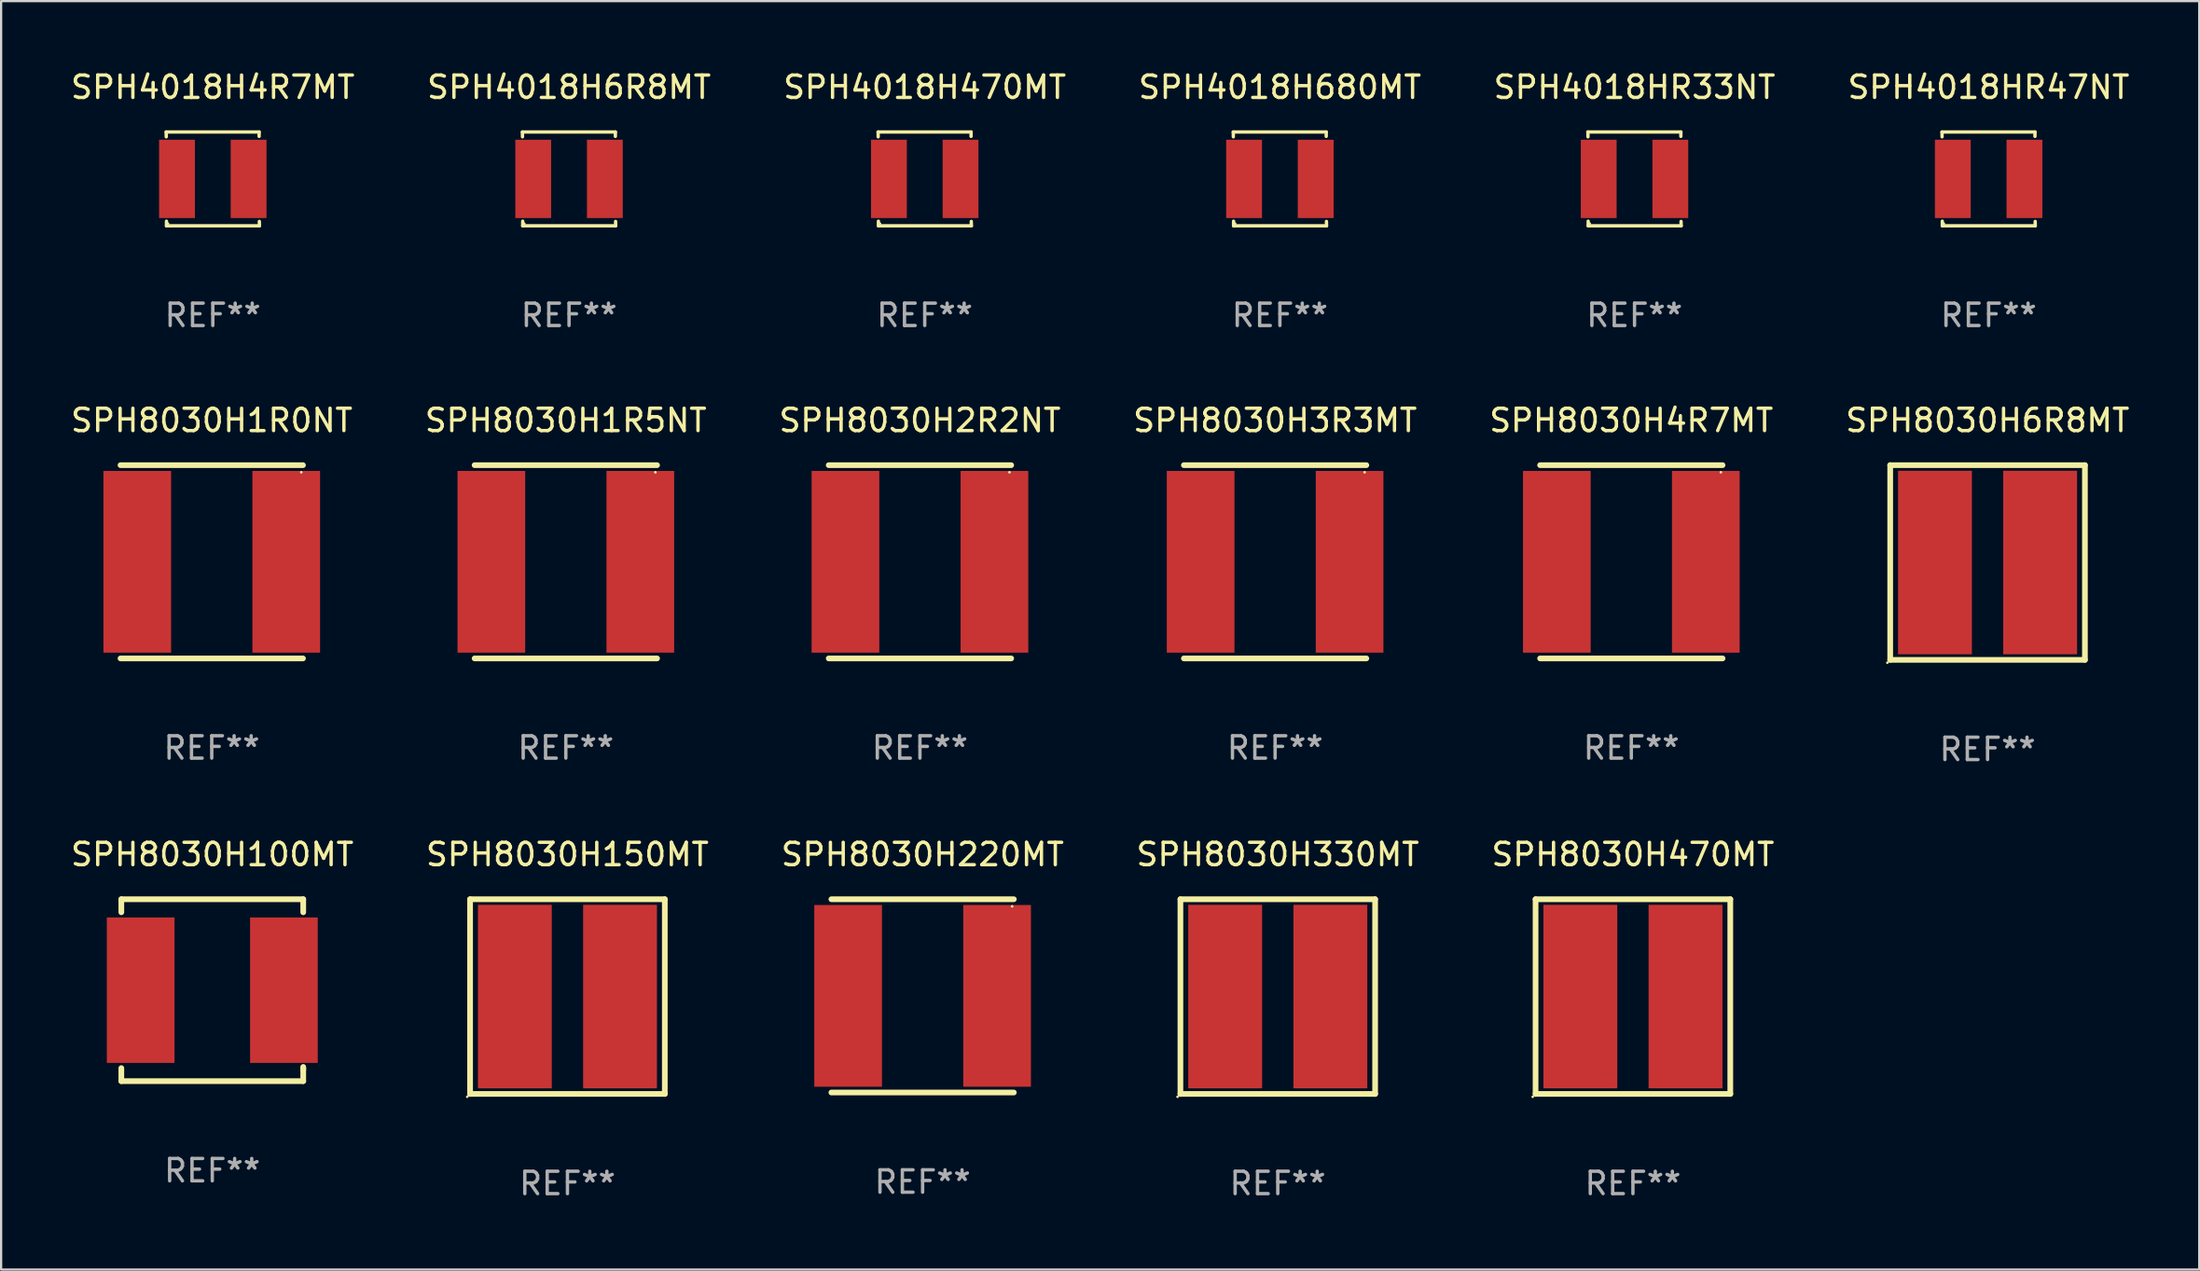
<source format=kicad_pcb>
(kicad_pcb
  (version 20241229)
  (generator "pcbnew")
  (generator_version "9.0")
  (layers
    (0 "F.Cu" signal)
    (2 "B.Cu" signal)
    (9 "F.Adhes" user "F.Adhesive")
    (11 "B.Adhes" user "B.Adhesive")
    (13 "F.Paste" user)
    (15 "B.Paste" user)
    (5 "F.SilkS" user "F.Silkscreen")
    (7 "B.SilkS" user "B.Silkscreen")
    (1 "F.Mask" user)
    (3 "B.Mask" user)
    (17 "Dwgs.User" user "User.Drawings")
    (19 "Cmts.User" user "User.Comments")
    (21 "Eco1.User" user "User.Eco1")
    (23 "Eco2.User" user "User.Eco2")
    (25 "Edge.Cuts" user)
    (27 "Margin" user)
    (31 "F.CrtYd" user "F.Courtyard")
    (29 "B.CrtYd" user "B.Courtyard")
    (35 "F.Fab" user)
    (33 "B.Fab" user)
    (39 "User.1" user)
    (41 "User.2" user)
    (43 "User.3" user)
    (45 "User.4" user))
  (footprint "SPH8030H150MT"
    (layer "F.Cu")
    (at 22.304 41.483)
    (property "Reference" "SPH8030H150MT" (at 0 -6.35 0) (layer "F.SilkS") (effects (font (size 1 1) (thickness 0.15))))
    (attr through_hole)
    (fp_line (start -4.35 -4.35) (end -4.35 4.35) (stroke (width 0.254) (type solid)) (layer "F.SilkS"))
    (fp_line (start -4.35 -4.35) (end 4.35 -4.35) (stroke (width 0.254) (type solid)) (layer "F.SilkS"))
    (fp_line (start -4.35 4.35) (end 4.35 4.35) (stroke (width 0.254) (type solid)) (layer "F.SilkS"))
    (fp_line (start 4.35 4.35) (end 4.35 -4.35) (stroke (width 0.254) (type solid)) (layer "F.SilkS"))
    (fp_circle (center -4.477 4.477) (end -4.447 4.477) (stroke (width 0.06) (type solid)) (fill no) (layer "F.SilkS"))
    (fp_text user "REF**" (at 0 8.35 0) (layer "F.Fab") (effects (font (size 1 1) (thickness 0.15))))
    (pad "1" smd rect (at -2.35 -0.000013) (size 3.3 8.2) (layers "F.Cu" "F.Mask" "F.Paste"))
    (pad "2" smd rect (at 2.35 -0.000013) (size 3.3 8.2) (layers "F.Cu" "F.Mask" "F.Paste")))
  (footprint "SPH8030H100MT"
    (layer "F.Cu")
    (at 6.435 41.197)
    (property "Reference" "SPH8030H100MT" (at 0 -6.064 0) (layer "F.SilkS") (effects (font (size 1 1) (thickness 0.15))))
    (attr through_hole)
    (fp_line (start -4.064 -4.064) (end 4.064 -4.064) (stroke (width 0.254) (type solid)) (layer "F.SilkS"))
    (fp_line (start -4.064 -3.481) (end -4.064 -4.064) (stroke (width 0.254) (type solid)) (layer "F.SilkS"))
    (fp_line (start -4.064 4.064) (end -4.064 3.481) (stroke (width 0.254) (type solid)) (layer "F.SilkS"))
    (fp_line (start 4.064 -4.064) (end 4.064 -3.481) (stroke (width 0.254) (type solid)) (layer "F.SilkS"))
    (fp_line (start 4.064 3.429) (end 4.064 4.064) (stroke (width 0.254) (type solid)) (layer "F.SilkS"))
    (fp_line (start 4.064 3.481) (end 4.064 3.556) (stroke (width 0.254) (type solid)) (layer "F.SilkS"))
    (fp_line (start 4.064 4.064) (end -4.064 4.064) (stroke (width 0.254) (type solid)) (layer "F.SilkS"))
    (fp_circle (center 4 -4) (end 4.03 -4) (stroke (width 0.06) (type solid)) (fill no) (layer "F.SilkS"))
    (fp_text user "REF**" (at 0 8.064 0) (layer "F.Fab") (effects (font (size 1 1) (thickness 0.15))))
    (pad "1" smd rect (at 3.2 0) (size 3.024 6.5) (layers "F.Cu" "F.Mask" "F.Paste"))
    (pad "2" smd rect (at -3.2 0) (size 3.024 6.5) (layers "F.Cu" "F.Mask" "F.Paste")))
  (footprint "SPH8030H2R2NT"
    (layer "F.Cu")
    (at 38.054 22.054)
    (property "Reference" "SPH8030H2R2NT" (at 0 -6.318 0) (layer "F.SilkS") (effects (font (size 1 1) (thickness 0.15))))
    (attr through_hole)
    (fp_line (start -4.076 -4.318) (end 4.076 -4.318) (stroke (width 0.254) (type solid)) (layer "F.SilkS"))
    (fp_line (start -4.076 4.318) (end 4.076 4.318) (stroke (width 0.254) (type solid)) (layer "F.SilkS"))
    (fp_circle (center 4 -4) (end 4.03 -4) (stroke (width 0.06) (type solid)) (fill no) (layer "F.SilkS"))
    (fp_text user "REF**" (at 0 8.318 0) (layer "F.Fab") (effects (font (size 1 1) (thickness 0.15))))
    (pad "1" smd rect (at 3.328 0) (size 3.024 8.12) (layers "F.Cu" "F.Mask" "F.Paste"))
    (pad "2" smd rect (at -3.328 0) (size 3.024 8.12) (layers "F.Cu" "F.Mask" "F.Paste")))
  (footprint "SPH4018H680MT"
    (layer "F.Cu")
    (at 54.137 4.944)
    (property "Reference" "SPH4018H680MT" (at 0 -4.096 0) (layer "F.SilkS") (effects (font (size 1 1) (thickness 0.15))))
    (attr through_hole)
    (fp_line (start -2.083 -2.096) (end -2.08 -1.88) (stroke (width 0.15) (type solid)) (layer "F.SilkS"))
    (fp_line (start -2.07 1.89) (end -2.07 2.096) (stroke (width 0.15) (type solid)) (layer "F.SilkS"))
    (fp_line (start -2.07 2.096) (end 2.083 2.096) (stroke (width 0.15) (type solid)) (layer "F.SilkS"))
    (fp_line (start 2.07 -1.9) (end 2.07 -2.096) (stroke (width 0.15) (type solid)) (layer "F.SilkS"))
    (fp_line (start 2.07 -2.096) (end -2.083 -2.096) (stroke (width 0.15) (type solid)) (layer "F.SilkS"))
    (fp_line (start 2.083 2.096) (end 2.08 1.9) (stroke (width 0.15) (type solid)) (layer "F.SilkS"))
    (fp_circle (center -2 2) (end -1.97 2) (stroke (width 0.06) (type solid)) (fill no) (layer "F.SilkS"))
    (fp_text user "REF**" (at 0 6.096 0) (layer "F.Fab") (effects (font (size 1 1) (thickness 0.15))))
    (pad "1" smd rect (at -1.6 -0.000343) (size 1.6 3.5) (layers "F.Cu" "F.Mask" "F.Paste"))
    (pad "2" smd rect (at 1.6 -0.000343) (size 1.6 3.5) (layers "F.Cu" "F.Mask" "F.Paste")))
  (footprint "SPH4018HR47NT"
    (layer "F.Cu")
    (at 85.804 4.944)
    (property "Reference" "SPH4018HR47NT" (at 0 -4.096 0) (layer "F.SilkS") (effects (font (size 1 1) (thickness 0.15))))
    (attr through_hole)
    (fp_line (start -2.083 -2.096) (end -2.08 -1.88) (stroke (width 0.15) (type solid)) (layer "F.SilkS"))
    (fp_line (start -2.07 1.89) (end -2.07 2.096) (stroke (width 0.15) (type solid)) (layer "F.SilkS"))
    (fp_line (start -2.07 2.096) (end 2.083 2.096) (stroke (width 0.15) (type solid)) (layer "F.SilkS"))
    (fp_line (start 2.07 -1.9) (end 2.07 -2.096) (stroke (width 0.15) (type solid)) (layer "F.SilkS"))
    (fp_line (start 2.07 -2.096) (end -2.083 -2.096) (stroke (width 0.15) (type solid)) (layer "F.SilkS"))
    (fp_line (start 2.083 2.096) (end 2.08 1.9) (stroke (width 0.15) (type solid)) (layer "F.SilkS"))
    (fp_circle (center -2 2) (end -1.97 2) (stroke (width 0.06) (type solid)) (fill no) (layer "F.SilkS"))
    (fp_text user "REF**" (at 0 6.096 0) (layer "F.Fab") (effects (font (size 1 1) (thickness 0.15))))
    (pad "1" smd rect (at -1.6 -0.000343) (size 1.6 3.5) (layers "F.Cu" "F.Mask" "F.Paste"))
    (pad "2" smd rect (at 1.6 -0.000343) (size 1.6 3.5) (layers "F.Cu" "F.Mask" "F.Paste")))
  (footprint "SPH8030H3R3MT"
    (layer "F.Cu")
    (at 53.923 22.054)
    (property "Reference" "SPH8030H3R3MT" (at 0 -6.318 0) (layer "F.SilkS") (effects (font (size 1 1) (thickness 0.15))))
    (attr through_hole)
    (fp_line (start -4.076 -4.318) (end 4.076 -4.318) (stroke (width 0.254) (type solid)) (layer "F.SilkS"))
    (fp_line (start -4.076 4.318) (end 4.076 4.318) (stroke (width 0.254) (type solid)) (layer "F.SilkS"))
    (fp_circle (center 4 -4) (end 4.03 -4) (stroke (width 0.06) (type solid)) (fill no) (layer "F.SilkS"))
    (fp_text user "REF**" (at 0 8.318 0) (layer "F.Fab") (effects (font (size 1 1) (thickness 0.15))))
    (pad "1" smd rect (at 3.328 0) (size 3.024 8.12) (layers "F.Cu" "F.Mask" "F.Paste"))
    (pad "2" smd rect (at -3.328 0) (size 3.024 8.12) (layers "F.Cu" "F.Mask" "F.Paste")))
  (footprint "SPH8030H220MT"
    (layer "F.Cu")
    (at 38.173 41.451)
    (property "Reference" "SPH8030H220MT" (at 0 -6.318 0) (layer "F.SilkS") (effects (font (size 1 1) (thickness 0.15))))
    (attr through_hole)
    (fp_line (start -4.076 -4.318) (end 4.076 -4.318) (stroke (width 0.254) (type solid)) (layer "F.SilkS"))
    (fp_line (start -4.076 4.318) (end 4.076 4.318) (stroke (width 0.254) (type solid)) (layer "F.SilkS"))
    (fp_circle (center 4 -4) (end 4.03 -4) (stroke (width 0.06) (type solid)) (fill no) (layer "F.SilkS"))
    (fp_text user "REF**" (at 0 8.318 0) (layer "F.Fab") (effects (font (size 1 1) (thickness 0.15))))
    (pad "1" smd rect (at 3.328 0) (size 3.024 8.12) (layers "F.Cu" "F.Mask" "F.Paste"))
    (pad "2" smd rect (at -3.328 0) (size 3.024 8.12) (layers "F.Cu" "F.Mask" "F.Paste")))
  (footprint "SPH8030H4R7MT"
    (layer "F.Cu")
    (at 69.839 22.054)
    (property "Reference" "SPH8030H4R7MT" (at 0 -6.318 0) (layer "F.SilkS") (effects (font (size 1 1) (thickness 0.15))))
    (attr through_hole)
    (fp_line (start -4.076 -4.318) (end 4.076 -4.318) (stroke (width 0.254) (type solid)) (layer "F.SilkS"))
    (fp_line (start -4.076 4.318) (end 4.076 4.318) (stroke (width 0.254) (type solid)) (layer "F.SilkS"))
    (fp_circle (center 4 -4) (end 4.03 -4) (stroke (width 0.06) (type solid)) (fill no) (layer "F.SilkS"))
    (fp_text user "REF**" (at 0 8.318 0) (layer "F.Fab") (effects (font (size 1 1) (thickness 0.15))))
    (pad "1" smd rect (at 3.328 0) (size 3.024 8.12) (layers "F.Cu" "F.Mask" "F.Paste"))
    (pad "2" smd rect (at -3.328 0) (size 3.024 8.12) (layers "F.Cu" "F.Mask" "F.Paste")))
  (footprint "SPH4018H4R7MT"
    (layer "F.Cu")
    (at 6.458 4.944)
    (property "Reference" "SPH4018H4R7MT" (at 0 -4.096 0) (layer "F.SilkS") (effects (font (size 1 1) (thickness 0.15))))
    (attr through_hole)
    (fp_line (start -2.083 -2.096) (end -2.08 -1.88) (stroke (width 0.15) (type solid)) (layer "F.SilkS"))
    (fp_line (start -2.07 1.89) (end -2.07 2.096) (stroke (width 0.15) (type solid)) (layer "F.SilkS"))
    (fp_line (start -2.07 2.096) (end 2.083 2.096) (stroke (width 0.15) (type solid)) (layer "F.SilkS"))
    (fp_line (start 2.07 -1.9) (end 2.07 -2.096) (stroke (width 0.15) (type solid)) (layer "F.SilkS"))
    (fp_line (start 2.07 -2.096) (end -2.083 -2.096) (stroke (width 0.15) (type solid)) (layer "F.SilkS"))
    (fp_line (start 2.083 2.096) (end 2.08 1.9) (stroke (width 0.15) (type solid)) (layer "F.SilkS"))
    (fp_circle (center -2 2) (end -1.97 2) (stroke (width 0.06) (type solid)) (fill no) (layer "F.SilkS"))
    (fp_text user "REF**" (at 0 6.096 0) (layer "F.Fab") (effects (font (size 1 1) (thickness 0.15))))
    (pad "1" smd rect (at -1.6 -0.000343) (size 1.6 3.5) (layers "F.Cu" "F.Mask" "F.Paste"))
    (pad "2" smd rect (at 1.6 -0.000343) (size 1.6 3.5) (layers "F.Cu" "F.Mask" "F.Paste")))
  (footprint "SPH8030H6R8MT"
    (layer "F.Cu")
    (at 85.756 22.086)
    (property "Reference" "SPH8030H6R8MT" (at 0 -6.35 0) (layer "F.SilkS") (effects (font (size 1 1) (thickness 0.15))))
    (attr through_hole)
    (fp_line (start -4.35 -4.35) (end -4.35 4.35) (stroke (width 0.254) (type solid)) (layer "F.SilkS"))
    (fp_line (start -4.35 -4.35) (end 4.35 -4.35) (stroke (width 0.254) (type solid)) (layer "F.SilkS"))
    (fp_line (start -4.35 4.35) (end 4.35 4.35) (stroke (width 0.254) (type solid)) (layer "F.SilkS"))
    (fp_line (start 4.35 4.35) (end 4.35 -4.35) (stroke (width 0.254) (type solid)) (layer "F.SilkS"))
    (fp_circle (center -4.477 4.477) (end -4.447 4.477) (stroke (width 0.06) (type solid)) (fill no) (layer "F.SilkS"))
    (fp_text user "REF**" (at 0 8.35 0) (layer "F.Fab") (effects (font (size 1 1) (thickness 0.15))))
    (pad "1" smd rect (at -2.35 -0.000013) (size 3.3 8.2) (layers "F.Cu" "F.Mask" "F.Paste"))
    (pad "2" smd rect (at 2.35 -0.000013) (size 3.3 8.2) (layers "F.Cu" "F.Mask" "F.Paste")))
  (footprint "SPH8030H1R0NT"
    (layer "F.Cu")
    (at 6.411 22.054)
    (property "Reference" "SPH8030H1R0NT" (at 0 -6.318 0) (layer "F.SilkS") (effects (font (size 1 1) (thickness 0.15))))
    (attr through_hole)
    (fp_line (start -4.076 -4.318) (end 4.076 -4.318) (stroke (width 0.254) (type solid)) (layer "F.SilkS"))
    (fp_line (start -4.076 4.318) (end 4.076 4.318) (stroke (width 0.254) (type solid)) (layer "F.SilkS"))
    (fp_circle (center 4 -4) (end 4.03 -4) (stroke (width 0.06) (type solid)) (fill no) (layer "F.SilkS"))
    (fp_text user "REF**" (at 0 8.318 0) (layer "F.Fab") (effects (font (size 1 1) (thickness 0.15))))
    (pad "1" smd rect (at 3.328 0) (size 3.024 8.12) (layers "F.Cu" "F.Mask" "F.Paste"))
    (pad "2" smd rect (at -3.328 0) (size 3.024 8.12) (layers "F.Cu" "F.Mask" "F.Paste")))
  (footprint "SPH8030H1R5NT"
    (layer "F.Cu")
    (at 22.232 22.054)
    (property "Reference" "SPH8030H1R5NT" (at 0 -6.318 0) (layer "F.SilkS") (effects (font (size 1 1) (thickness 0.15))))
    (attr through_hole)
    (fp_line (start -4.076 -4.318) (end 4.076 -4.318) (stroke (width 0.254) (type solid)) (layer "F.SilkS"))
    (fp_line (start -4.076 4.318) (end 4.076 4.318) (stroke (width 0.254) (type solid)) (layer "F.SilkS"))
    (fp_circle (center 4 -4) (end 4.03 -4) (stroke (width 0.06) (type solid)) (fill no) (layer "F.SilkS"))
    (fp_text user "REF**" (at 0 8.318 0) (layer "F.Fab") (effects (font (size 1 1) (thickness 0.15))))
    (pad "1" smd rect (at 3.328 0) (size 3.024 8.12) (layers "F.Cu" "F.Mask" "F.Paste"))
    (pad "2" smd rect (at -3.328 0) (size 3.024 8.12) (layers "F.Cu" "F.Mask" "F.Paste")))
  (footprint "SPH8030H470MT"
    (layer "F.Cu")
    (at 69.911 41.483)
    (property "Reference" "SPH8030H470MT" (at 0 -6.35 0) (layer "F.SilkS") (effects (font (size 1 1) (thickness 0.15))))
    (attr through_hole)
    (fp_line (start -4.35 -4.35) (end -4.35 4.35) (stroke (width 0.254) (type solid)) (layer "F.SilkS"))
    (fp_line (start -4.35 -4.35) (end 4.35 -4.35) (stroke (width 0.254) (type solid)) (layer "F.SilkS"))
    (fp_line (start -4.35 4.35) (end 4.35 4.35) (stroke (width 0.254) (type solid)) (layer "F.SilkS"))
    (fp_line (start 4.35 4.35) (end 4.35 -4.35) (stroke (width 0.254) (type solid)) (layer "F.SilkS"))
    (fp_circle (center -4.477 4.477) (end -4.447 4.477) (stroke (width 0.06) (type solid)) (fill no) (layer "F.SilkS"))
    (fp_text user "REF**" (at 0 8.35 0) (layer "F.Fab") (effects (font (size 1 1) (thickness 0.15))))
    (pad "1" smd rect (at -2.35 -0.000013) (size 3.3 8.2) (layers "F.Cu" "F.Mask" "F.Paste"))
    (pad "2" smd rect (at 2.35 -0.000013) (size 3.3 8.2) (layers "F.Cu" "F.Mask" "F.Paste")))
  (footprint "SPH8030H330MT"
    (layer "F.Cu")
    (at 54.042 41.483)
    (property "Reference" "SPH8030H330MT" (at 0 -6.35 0) (layer "F.SilkS") (effects (font (size 1 1) (thickness 0.15))))
    (attr through_hole)
    (fp_line (start -4.35 -4.35) (end -4.35 4.35) (stroke (width 0.254) (type solid)) (layer "F.SilkS"))
    (fp_line (start -4.35 -4.35) (end 4.35 -4.35) (stroke (width 0.254) (type solid)) (layer "F.SilkS"))
    (fp_line (start -4.35 4.35) (end 4.35 4.35) (stroke (width 0.254) (type solid)) (layer "F.SilkS"))
    (fp_line (start 4.35 4.35) (end 4.35 -4.35) (stroke (width 0.254) (type solid)) (layer "F.SilkS"))
    (fp_circle (center -4.477 4.477) (end -4.447 4.477) (stroke (width 0.06) (type solid)) (fill no) (layer "F.SilkS"))
    (fp_text user "REF**" (at 0 8.35 0) (layer "F.Fab") (effects (font (size 1 1) (thickness 0.15))))
    (pad "1" smd rect (at -2.35 -0.000013) (size 3.3 8.2) (layers "F.Cu" "F.Mask" "F.Paste"))
    (pad "2" smd rect (at 2.35 -0.000013) (size 3.3 8.2) (layers "F.Cu" "F.Mask" "F.Paste")))
  (footprint "SPH4018H6R8MT"
    (layer "F.Cu")
    (at 22.375 4.944)
    (property "Reference" "SPH4018H6R8MT" (at 0 -4.096 0) (layer "F.SilkS") (effects (font (size 1 1) (thickness 0.15))))
    (attr through_hole)
    (fp_line (start -2.083 -2.096) (end -2.08 -1.88) (stroke (width 0.15) (type solid)) (layer "F.SilkS"))
    (fp_line (start -2.07 1.89) (end -2.07 2.096) (stroke (width 0.15) (type solid)) (layer "F.SilkS"))
    (fp_line (start -2.07 2.096) (end 2.083 2.096) (stroke (width 0.15) (type solid)) (layer "F.SilkS"))
    (fp_line (start 2.07 -1.9) (end 2.07 -2.096) (stroke (width 0.15) (type solid)) (layer "F.SilkS"))
    (fp_line (start 2.07 -2.096) (end -2.083 -2.096) (stroke (width 0.15) (type solid)) (layer "F.SilkS"))
    (fp_line (start 2.083 2.096) (end 2.08 1.9) (stroke (width 0.15) (type solid)) (layer "F.SilkS"))
    (fp_circle (center -2 2) (end -1.97 2) (stroke (width 0.06) (type solid)) (fill no) (layer "F.SilkS"))
    (fp_text user "REF**" (at 0 6.096 0) (layer "F.Fab") (effects (font (size 1 1) (thickness 0.15))))
    (pad "1" smd rect (at -1.6 -0.000343) (size 1.6 3.5) (layers "F.Cu" "F.Mask" "F.Paste"))
    (pad "2" smd rect (at 1.6 -0.000343) (size 1.6 3.5) (layers "F.Cu" "F.Mask" "F.Paste")))
  (footprint "SPH4018HR33NT"
    (layer "F.Cu")
    (at 69.982 4.944)
    (property "Reference" "SPH4018HR33NT" (at 0 -4.096 0) (layer "F.SilkS") (effects (font (size 1 1) (thickness 0.15))))
    (attr through_hole)
    (fp_line (start -2.083 -2.096) (end -2.08 -1.88) (stroke (width 0.15) (type solid)) (layer "F.SilkS"))
    (fp_line (start -2.07 1.89) (end -2.07 2.096) (stroke (width 0.15) (type solid)) (layer "F.SilkS"))
    (fp_line (start -2.07 2.096) (end 2.083 2.096) (stroke (width 0.15) (type solid)) (layer "F.SilkS"))
    (fp_line (start 2.07 -1.9) (end 2.07 -2.096) (stroke (width 0.15) (type solid)) (layer "F.SilkS"))
    (fp_line (start 2.07 -2.096) (end -2.083 -2.096) (stroke (width 0.15) (type solid)) (layer "F.SilkS"))
    (fp_line (start 2.083 2.096) (end 2.08 1.9) (stroke (width 0.15) (type solid)) (layer "F.SilkS"))
    (fp_circle (center -2 2) (end -1.97 2) (stroke (width 0.06) (type solid)) (fill no) (layer "F.SilkS"))
    (fp_text user "REF**" (at 0 6.096 0) (layer "F.Fab") (effects (font (size 1 1) (thickness 0.15))))
    (pad "1" smd rect (at -1.6 -0.000343) (size 1.6 3.5) (layers "F.Cu" "F.Mask" "F.Paste"))
    (pad "2" smd rect (at 1.6 -0.000343) (size 1.6 3.5) (layers "F.Cu" "F.Mask" "F.Paste")))
  (footprint "SPH4018H470MT"
    (layer "F.Cu")
    (at 38.268 4.944)
    (property "Reference" "SPH4018H470MT" (at 0 -4.096 0) (layer "F.SilkS") (effects (font (size 1 1) (thickness 0.15))))
    (attr through_hole)
    (fp_line (start -2.083 -2.096) (end -2.08 -1.88) (stroke (width 0.15) (type solid)) (layer "F.SilkS"))
    (fp_line (start -2.07 1.89) (end -2.07 2.096) (stroke (width 0.15) (type solid)) (layer "F.SilkS"))
    (fp_line (start -2.07 2.096) (end 2.083 2.096) (stroke (width 0.15) (type solid)) (layer "F.SilkS"))
    (fp_line (start 2.07 -1.9) (end 2.07 -2.096) (stroke (width 0.15) (type solid)) (layer "F.SilkS"))
    (fp_line (start 2.07 -2.096) (end -2.083 -2.096) (stroke (width 0.15) (type solid)) (layer "F.SilkS"))
    (fp_line (start 2.083 2.096) (end 2.08 1.9) (stroke (width 0.15) (type solid)) (layer "F.SilkS"))
    (fp_circle (center -2 2) (end -1.97 2) (stroke (width 0.06) (type solid)) (fill no) (layer "F.SilkS"))
    (fp_text user "REF**" (at 0 6.096 0) (layer "F.Fab") (effects (font (size 1 1) (thickness 0.15))))
    (pad "1" smd rect (at -1.6 -0.000343) (size 1.6 3.5) (layers "F.Cu" "F.Mask" "F.Paste"))
    (pad "2" smd rect (at 1.6 -0.000343) (size 1.6 3.5) (layers "F.Cu" "F.Mask" "F.Paste")))
  (gr_rect
    (start -3 -3)
    (end 95.214 53.681)
    (stroke (width 0.1) (type default))
    (fill no)
    (layer "Edge.Cuts")))
</source>
